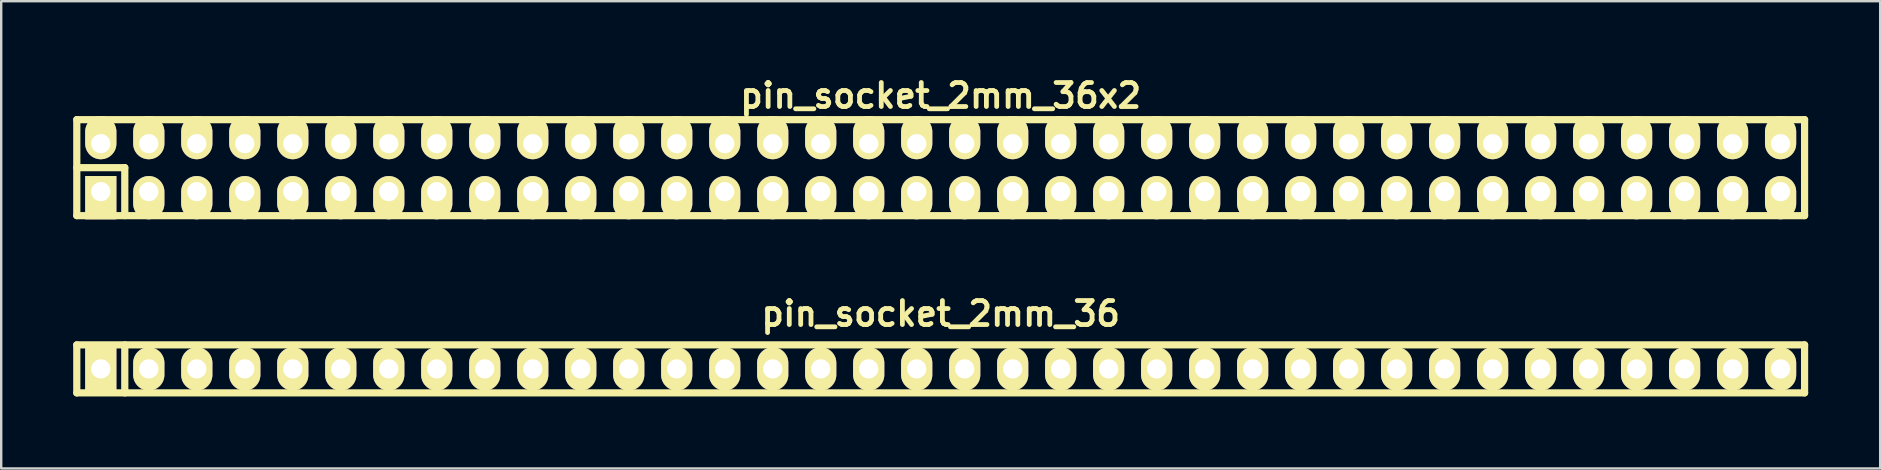
<source format=kicad_pcb>
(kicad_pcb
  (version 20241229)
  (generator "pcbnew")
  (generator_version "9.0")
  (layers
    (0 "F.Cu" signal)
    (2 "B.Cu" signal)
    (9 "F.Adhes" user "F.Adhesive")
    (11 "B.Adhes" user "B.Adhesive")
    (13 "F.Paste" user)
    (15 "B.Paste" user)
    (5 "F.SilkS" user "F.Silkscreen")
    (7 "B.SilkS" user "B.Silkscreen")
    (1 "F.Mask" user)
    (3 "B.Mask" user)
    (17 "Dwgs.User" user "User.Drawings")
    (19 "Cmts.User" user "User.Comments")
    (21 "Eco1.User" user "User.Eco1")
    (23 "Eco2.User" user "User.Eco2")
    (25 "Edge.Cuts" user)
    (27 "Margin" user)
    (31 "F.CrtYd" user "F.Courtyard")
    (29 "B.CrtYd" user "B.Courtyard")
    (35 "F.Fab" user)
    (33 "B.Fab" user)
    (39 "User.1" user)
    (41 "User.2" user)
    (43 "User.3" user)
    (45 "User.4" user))
  (footprint "pin_socket_2mm_36x2"
    (layer "F.Cu")
    (at 36.15 3.936)
    (property "Reference" "pin_socket_2mm_36x2" (at 0 -3 0) (layer "F.SilkS") (effects (font (size 1 1) (thickness 0.2))))
    (attr through_hole)
    (fp_line (start -36 -2) (end 36 -2) (stroke (width 0.3) (type solid)) (layer "F.SilkS"))
    (fp_line (start -36 0) (end -34 0) (stroke (width 0.3) (type solid)) (layer "F.SilkS"))
    (fp_line (start -36 2) (end -36 -2) (stroke (width 0.3) (type solid)) (layer "F.SilkS"))
    (fp_line (start -34 0) (end -34 2) (stroke (width 0.3) (type solid)) (layer "F.SilkS"))
    (fp_line (start 36 -2) (end 36 2) (stroke (width 0.3) (type solid)) (layer "F.SilkS"))
    (fp_line (start 36 2) (end -36 2) (stroke (width 0.3) (type solid)) (layer "F.SilkS"))
    (pad "1" thru_hole rect (at -35 1) (size 1.3 1.8) (drill 0.8 (offset 0 0.25)) (layers "*.Cu" "*.Mask" "F.SilkS"))
    (pad "2" thru_hole oval (at -35 -1) (size 1.3 1.8) (drill 0.8 (offset 0 -0.25)) (layers "*.Cu" "*.Mask" "F.SilkS"))
    (pad "3" thru_hole oval (at -33 1) (size 1.3 1.8) (drill 0.8 (offset 0 0.25)) (layers "*.Cu" "*.Mask" "F.SilkS"))
    (pad "4" thru_hole oval (at -33 -1) (size 1.3 1.8) (drill 0.8 (offset 0 -0.25)) (layers "*.Cu" "*.Mask" "F.SilkS"))
    (pad "5" thru_hole oval (at -31 1) (size 1.3 1.8) (drill 0.8 (offset 0 0.25)) (layers "*.Cu" "*.Mask" "F.SilkS"))
    (pad "6" thru_hole oval (at -31 -1) (size 1.3 1.8) (drill 0.8 (offset 0 -0.25)) (layers "*.Cu" "*.Mask" "F.SilkS"))
    (pad "7" thru_hole oval (at -29 1) (size 1.3 1.8) (drill 0.8 (offset 0 0.25)) (layers "*.Cu" "*.Mask" "F.SilkS"))
    (pad "8" thru_hole oval (at -29 -1) (size 1.3 1.8) (drill 0.8 (offset 0 -0.25)) (layers "*.Cu" "*.Mask" "F.SilkS"))
    (pad "9" thru_hole oval (at -27 1) (size 1.3 1.8) (drill 0.8 (offset 0 0.25)) (layers "*.Cu" "*.Mask" "F.SilkS"))
    (pad "10" thru_hole oval (at -27 -1) (size 1.3 1.8) (drill 0.8 (offset 0 -0.25)) (layers "*.Cu" "*.Mask" "F.SilkS"))
    (pad "11" thru_hole oval (at -25 1) (size 1.3 1.8) (drill 0.8 (offset 0 0.25)) (layers "*.Cu" "*.Mask" "F.SilkS"))
    (pad "12" thru_hole oval (at -25 -1) (size 1.3 1.8) (drill 0.8 (offset 0 -0.25)) (layers "*.Cu" "*.Mask" "F.SilkS"))
    (pad "13" thru_hole oval (at -23 1) (size 1.3 1.8) (drill 0.8 (offset 0 0.25)) (layers "*.Cu" "*.Mask" "F.SilkS"))
    (pad "14" thru_hole oval (at -23 -1) (size 1.3 1.8) (drill 0.8 (offset 0 -0.25)) (layers "*.Cu" "*.Mask" "F.SilkS"))
    (pad "15" thru_hole oval (at -21 1) (size 1.3 1.8) (drill 0.8 (offset 0 0.25)) (layers "*.Cu" "*.Mask" "F.SilkS"))
    (pad "16" thru_hole oval (at -21 -1) (size 1.3 1.8) (drill 0.8 (offset 0 -0.25)) (layers "*.Cu" "*.Mask" "F.SilkS"))
    (pad "17" thru_hole oval (at -19 1) (size 1.3 1.8) (drill 0.8 (offset 0 0.25)) (layers "*.Cu" "*.Mask" "F.SilkS"))
    (pad "18" thru_hole oval (at -19 -1) (size 1.3 1.8) (drill 0.8 (offset 0 -0.25)) (layers "*.Cu" "*.Mask" "F.SilkS"))
    (pad "19" thru_hole oval (at -17 1) (size 1.3 1.8) (drill 0.8 (offset 0 0.25)) (layers "*.Cu" "*.Mask" "F.SilkS"))
    (pad "20" thru_hole oval (at -17 -1) (size 1.3 1.8) (drill 0.8 (offset 0 -0.25)) (layers "*.Cu" "*.Mask" "F.SilkS"))
    (pad "21" thru_hole oval (at -15 1) (size 1.3 1.8) (drill 0.8 (offset 0 0.25)) (layers "*.Cu" "*.Mask" "F.SilkS"))
    (pad "22" thru_hole oval (at -15 -1) (size 1.3 1.8) (drill 0.8 (offset 0 -0.25)) (layers "*.Cu" "*.Mask" "F.SilkS"))
    (pad "23" thru_hole oval (at -13 1) (size 1.3 1.8) (drill 0.8 (offset 0 0.25)) (layers "*.Cu" "*.Mask" "F.SilkS"))
    (pad "24" thru_hole oval (at -13 -1) (size 1.3 1.8) (drill 0.8 (offset 0 -0.25)) (layers "*.Cu" "*.Mask" "F.SilkS"))
    (pad "25" thru_hole oval (at -11 1) (size 1.3 1.8) (drill 0.8 (offset 0 0.25)) (layers "*.Cu" "*.Mask" "F.SilkS"))
    (pad "26" thru_hole oval (at -11 -1) (size 1.3 1.8) (drill 0.8 (offset 0 -0.25)) (layers "*.Cu" "*.Mask" "F.SilkS"))
    (pad "27" thru_hole oval (at -9 1) (size 1.3 1.8) (drill 0.8 (offset 0 0.25)) (layers "*.Cu" "*.Mask" "F.SilkS"))
    (pad "28" thru_hole oval (at -9 -1) (size 1.3 1.8) (drill 0.8 (offset 0 -0.25)) (layers "*.Cu" "*.Mask" "F.SilkS"))
    (pad "29" thru_hole oval (at -7 1) (size 1.3 1.8) (drill 0.8 (offset 0 0.25)) (layers "*.Cu" "*.Mask" "F.SilkS"))
    (pad "30" thru_hole oval (at -7 -1) (size 1.3 1.8) (drill 0.8 (offset 0 -0.25)) (layers "*.Cu" "*.Mask" "F.SilkS"))
    (pad "31" thru_hole oval (at -5 1) (size 1.3 1.8) (drill 0.8 (offset 0 0.25)) (layers "*.Cu" "*.Mask" "F.SilkS"))
    (pad "32" thru_hole oval (at -5 -1) (size 1.3 1.8) (drill 0.8 (offset 0 -0.25)) (layers "*.Cu" "*.Mask" "F.SilkS"))
    (pad "33" thru_hole oval (at -3 1) (size 1.3 1.8) (drill 0.8 (offset 0 0.25)) (layers "*.Cu" "*.Mask" "F.SilkS"))
    (pad "34" thru_hole oval (at -3 -1) (size 1.3 1.8) (drill 0.8 (offset 0 -0.25)) (layers "*.Cu" "*.Mask" "F.SilkS"))
    (pad "35" thru_hole oval (at -1 1) (size 1.3 1.8) (drill 0.8 (offset 0 0.25)) (layers "*.Cu" "*.Mask" "F.SilkS"))
    (pad "36" thru_hole oval (at -1 -1) (size 1.3 1.8) (drill 0.8 (offset 0 -0.25)) (layers "*.Cu" "*.Mask" "F.SilkS"))
    (pad "37" thru_hole oval (at 1 1) (size 1.3 1.8) (drill 0.8 (offset 0 0.25)) (layers "*.Cu" "*.Mask" "F.SilkS"))
    (pad "38" thru_hole oval (at 1 -1) (size 1.3 1.8) (drill 0.8 (offset 0 -0.25)) (layers "*.Cu" "*.Mask" "F.SilkS"))
    (pad "39" thru_hole oval (at 3 1) (size 1.3 1.8) (drill 0.8 (offset 0 0.25)) (layers "*.Cu" "*.Mask" "F.SilkS"))
    (pad "40" thru_hole oval (at 3 -1) (size 1.3 1.8) (drill 0.8 (offset 0 -0.25)) (layers "*.Cu" "*.Mask" "F.SilkS"))
    (pad "41" thru_hole oval (at 5 1) (size 1.3 1.8) (drill 0.8 (offset 0 0.25)) (layers "*.Cu" "*.Mask" "F.SilkS"))
    (pad "42" thru_hole oval (at 5 -1) (size 1.3 1.8) (drill 0.8 (offset 0 -0.25)) (layers "*.Cu" "*.Mask" "F.SilkS"))
    (pad "43" thru_hole oval (at 7 1) (size 1.3 1.8) (drill 0.8 (offset 0 0.25)) (layers "*.Cu" "*.Mask" "F.SilkS"))
    (pad "44" thru_hole oval (at 7 -1) (size 1.3 1.8) (drill 0.8 (offset 0 -0.25)) (layers "*.Cu" "*.Mask" "F.SilkS"))
    (pad "45" thru_hole oval (at 9 1) (size 1.3 1.8) (drill 0.8 (offset 0 0.25)) (layers "*.Cu" "*.Mask" "F.SilkS"))
    (pad "46" thru_hole oval (at 9 -1) (size 1.3 1.8) (drill 0.8 (offset 0 -0.25)) (layers "*.Cu" "*.Mask" "F.SilkS"))
    (pad "47" thru_hole oval (at 11 1) (size 1.3 1.8) (drill 0.8 (offset 0 0.25)) (layers "*.Cu" "*.Mask" "F.SilkS"))
    (pad "48" thru_hole oval (at 11 -1) (size 1.3 1.8) (drill 0.8 (offset 0 -0.25)) (layers "*.Cu" "*.Mask" "F.SilkS"))
    (pad "49" thru_hole oval (at 13 1) (size 1.3 1.8) (drill 0.8 (offset 0 0.25)) (layers "*.Cu" "*.Mask" "F.SilkS"))
    (pad "50" thru_hole oval (at 13 -1) (size 1.3 1.8) (drill 0.8 (offset 0 -0.25)) (layers "*.Cu" "*.Mask" "F.SilkS"))
    (pad "51" thru_hole oval (at 15 1) (size 1.3 1.8) (drill 0.8 (offset 0 0.25)) (layers "*.Cu" "*.Mask" "F.SilkS"))
    (pad "52" thru_hole oval (at 15 -1) (size 1.3 1.8) (drill 0.8 (offset 0 -0.25)) (layers "*.Cu" "*.Mask" "F.SilkS"))
    (pad "53" thru_hole oval (at 17 1) (size 1.3 1.8) (drill 0.8 (offset 0 0.25)) (layers "*.Cu" "*.Mask" "F.SilkS"))
    (pad "54" thru_hole oval (at 17 -1) (size 1.3 1.8) (drill 0.8 (offset 0 -0.25)) (layers "*.Cu" "*.Mask" "F.SilkS"))
    (pad "55" thru_hole oval (at 19 1) (size 1.3 1.8) (drill 0.8 (offset 0 0.25)) (layers "*.Cu" "*.Mask" "F.SilkS"))
    (pad "56" thru_hole oval (at 19 -1) (size 1.3 1.8) (drill 0.8 (offset 0 -0.25)) (layers "*.Cu" "*.Mask" "F.SilkS"))
    (pad "57" thru_hole oval (at 21 1) (size 1.3 1.8) (drill 0.8 (offset 0 0.25)) (layers "*.Cu" "*.Mask" "F.SilkS"))
    (pad "58" thru_hole oval (at 21 -1) (size 1.3 1.8) (drill 0.8 (offset 0 -0.25)) (layers "*.Cu" "*.Mask" "F.SilkS"))
    (pad "59" thru_hole oval (at 23 1) (size 1.3 1.8) (drill 0.8 (offset 0 0.25)) (layers "*.Cu" "*.Mask" "F.SilkS"))
    (pad "60" thru_hole oval (at 23 -1) (size 1.3 1.8) (drill 0.8 (offset 0 -0.25)) (layers "*.Cu" "*.Mask" "F.SilkS"))
    (pad "61" thru_hole oval (at 25 1) (size 1.3 1.8) (drill 0.8 (offset 0 0.25)) (layers "*.Cu" "*.Mask" "F.SilkS"))
    (pad "62" thru_hole oval (at 25 -1) (size 1.3 1.8) (drill 0.8 (offset 0 -0.25)) (layers "*.Cu" "*.Mask" "F.SilkS"))
    (pad "63" thru_hole oval (at 27 1) (size 1.3 1.8) (drill 0.8 (offset 0 0.25)) (layers "*.Cu" "*.Mask" "F.SilkS"))
    (pad "64" thru_hole oval (at 27 -1) (size 1.3 1.8) (drill 0.8 (offset 0 -0.25)) (layers "*.Cu" "*.Mask" "F.SilkS"))
    (pad "65" thru_hole oval (at 29 1) (size 1.3 1.8) (drill 0.8 (offset 0 0.25)) (layers "*.Cu" "*.Mask" "F.SilkS"))
    (pad "66" thru_hole oval (at 29 -1) (size 1.3 1.8) (drill 0.8 (offset 0 -0.25)) (layers "*.Cu" "*.Mask" "F.SilkS"))
    (pad "67" thru_hole oval (at 31 1) (size 1.3 1.8) (drill 0.8 (offset 0 0.25)) (layers "*.Cu" "*.Mask" "F.SilkS"))
    (pad "68" thru_hole oval (at 31 -1) (size 1.3 1.8) (drill 0.8 (offset 0 -0.25)) (layers "*.Cu" "*.Mask" "F.SilkS"))
    (pad "69" thru_hole oval (at 33 1) (size 1.3 1.8) (drill 0.8 (offset 0 0.25)) (layers "*.Cu" "*.Mask" "F.SilkS"))
    (pad "70" thru_hole oval (at 33 -1) (size 1.3 1.8) (drill 0.8 (offset 0 -0.25)) (layers "*.Cu" "*.Mask" "F.SilkS"))
    (pad "71" thru_hole oval (at 35 1) (size 1.3 1.8) (drill 0.8 (offset 0 0.25)) (layers "*.Cu" "*.Mask" "F.SilkS"))
    (pad "72" thru_hole oval (at 35 -1) (size 1.3 1.8) (drill 0.8 (offset 0 -0.25)) (layers "*.Cu" "*.Mask" "F.SilkS")))
  (footprint "pin_socket_2mm_36"
    (layer "F.Cu")
    (at 36.15 12.322)
    (property "Reference" "pin_socket_2mm_36" (at 0 -2.3 0) (layer "F.SilkS") (effects (font (size 1 1) (thickness 0.2))))
    (attr through_hole)
    (fp_line (start -36 -1) (end 36 -1) (stroke (width 0.3) (type solid)) (layer "F.SilkS"))
    (fp_line (start -36 1) (end -36 -1) (stroke (width 0.3) (type solid)) (layer "F.SilkS"))
    (fp_line (start -34 -1) (end -34 1) (stroke (width 0.3) (type solid)) (layer "F.SilkS"))
    (fp_line (start 36 -1) (end 36 1) (stroke (width 0.3) (type solid)) (layer "F.SilkS"))
    (fp_line (start 36 1) (end -36 1) (stroke (width 0.3) (type solid)) (layer "F.SilkS"))
    (pad "1" thru_hole rect (at -35 0) (size 1.3 1.8) (drill 0.8) (layers "*.Cu" "*.Mask" "F.SilkS"))
    (pad "2" thru_hole oval (at -33 0) (size 1.3 1.8) (drill 0.8) (layers "*.Cu" "*.Mask" "F.SilkS"))
    (pad "3" thru_hole oval (at -31 0) (size 1.3 1.8) (drill 0.8) (layers "*.Cu" "*.Mask" "F.SilkS"))
    (pad "4" thru_hole oval (at -29 0) (size 1.3 1.8) (drill 0.8) (layers "*.Cu" "*.Mask" "F.SilkS"))
    (pad "5" thru_hole oval (at -27 0) (size 1.3 1.8) (drill 0.8) (layers "*.Cu" "*.Mask" "F.SilkS"))
    (pad "6" thru_hole oval (at -25 0) (size 1.3 1.8) (drill 0.8) (layers "*.Cu" "*.Mask" "F.SilkS"))
    (pad "7" thru_hole oval (at -23 0) (size 1.3 1.8) (drill 0.8) (layers "*.Cu" "*.Mask" "F.SilkS"))
    (pad "8" thru_hole oval (at -21 0) (size 1.3 1.8) (drill 0.8) (layers "*.Cu" "*.Mask" "F.SilkS"))
    (pad "9" thru_hole oval (at -19 0) (size 1.3 1.8) (drill 0.8) (layers "*.Cu" "*.Mask" "F.SilkS"))
    (pad "10" thru_hole oval (at -17 0) (size 1.3 1.8) (drill 0.8) (layers "*.Cu" "*.Mask" "F.SilkS"))
    (pad "11" thru_hole oval (at -15 0) (size 1.3 1.8) (drill 0.8) (layers "*.Cu" "*.Mask" "F.SilkS"))
    (pad "12" thru_hole oval (at -13 0) (size 1.3 1.8) (drill 0.8) (layers "*.Cu" "*.Mask" "F.SilkS"))
    (pad "13" thru_hole oval (at -11 0) (size 1.3 1.8) (drill 0.8) (layers "*.Cu" "*.Mask" "F.SilkS"))
    (pad "14" thru_hole oval (at -9 0) (size 1.3 1.8) (drill 0.8) (layers "*.Cu" "*.Mask" "F.SilkS"))
    (pad "15" thru_hole oval (at -7 0) (size 1.3 1.8) (drill 0.8) (layers "*.Cu" "*.Mask" "F.SilkS"))
    (pad "16" thru_hole oval (at -5 0) (size 1.3 1.8) (drill 0.8) (layers "*.Cu" "*.Mask" "F.SilkS"))
    (pad "17" thru_hole oval (at -3 0) (size 1.3 1.8) (drill 0.8) (layers "*.Cu" "*.Mask" "F.SilkS"))
    (pad "18" thru_hole oval (at -1 0) (size 1.3 1.8) (drill 0.8) (layers "*.Cu" "*.Mask" "F.SilkS"))
    (pad "19" thru_hole oval (at 1 0) (size 1.3 1.8) (drill 0.8) (layers "*.Cu" "*.Mask" "F.SilkS"))
    (pad "20" thru_hole oval (at 3 0) (size 1.3 1.8) (drill 0.8) (layers "*.Cu" "*.Mask" "F.SilkS"))
    (pad "21" thru_hole oval (at 5 0) (size 1.3 1.8) (drill 0.8) (layers "*.Cu" "*.Mask" "F.SilkS"))
    (pad "22" thru_hole oval (at 7 0) (size 1.3 1.8) (drill 0.8) (layers "*.Cu" "*.Mask" "F.SilkS"))
    (pad "23" thru_hole oval (at 9 0) (size 1.3 1.8) (drill 0.8) (layers "*.Cu" "*.Mask" "F.SilkS"))
    (pad "24" thru_hole oval (at 11 0) (size 1.3 1.8) (drill 0.8) (layers "*.Cu" "*.Mask" "F.SilkS"))
    (pad "25" thru_hole oval (at 13 0) (size 1.3 1.8) (drill 0.8) (layers "*.Cu" "*.Mask" "F.SilkS"))
    (pad "26" thru_hole oval (at 15 0) (size 1.3 1.8) (drill 0.8) (layers "*.Cu" "*.Mask" "F.SilkS"))
    (pad "27" thru_hole oval (at 17 0) (size 1.3 1.8) (drill 0.8) (layers "*.Cu" "*.Mask" "F.SilkS"))
    (pad "28" thru_hole oval (at 19 0) (size 1.3 1.8) (drill 0.8) (layers "*.Cu" "*.Mask" "F.SilkS"))
    (pad "29" thru_hole oval (at 21 0) (size 1.3 1.8) (drill 0.8) (layers "*.Cu" "*.Mask" "F.SilkS"))
    (pad "30" thru_hole oval (at 23 0) (size 1.3 1.8) (drill 0.8) (layers "*.Cu" "*.Mask" "F.SilkS"))
    (pad "31" thru_hole oval (at 25 0) (size 1.3 1.8) (drill 0.8) (layers "*.Cu" "*.Mask" "F.SilkS"))
    (pad "32" thru_hole oval (at 27 0) (size 1.3 1.8) (drill 0.8) (layers "*.Cu" "*.Mask" "F.SilkS"))
    (pad "33" thru_hole oval (at 29 0) (size 1.3 1.8) (drill 0.8) (layers "*.Cu" "*.Mask" "F.SilkS"))
    (pad "34" thru_hole oval (at 31 0) (size 1.3 1.8) (drill 0.8) (layers "*.Cu" "*.Mask" "F.SilkS"))
    (pad "35" thru_hole oval (at 33 0) (size 1.3 1.8) (drill 0.8) (layers "*.Cu" "*.Mask" "F.SilkS"))
    (pad "36" thru_hole oval (at 35 0) (size 1.3 1.8) (drill 0.8) (layers "*.Cu" "*.Mask" "F.SilkS")))
  (gr_rect
    (start -3 -3)
    (end 75.3 16.472)
    (stroke (width 0.1) (type default))
    (fill no)
    (layer "Edge.Cuts")))
</source>
